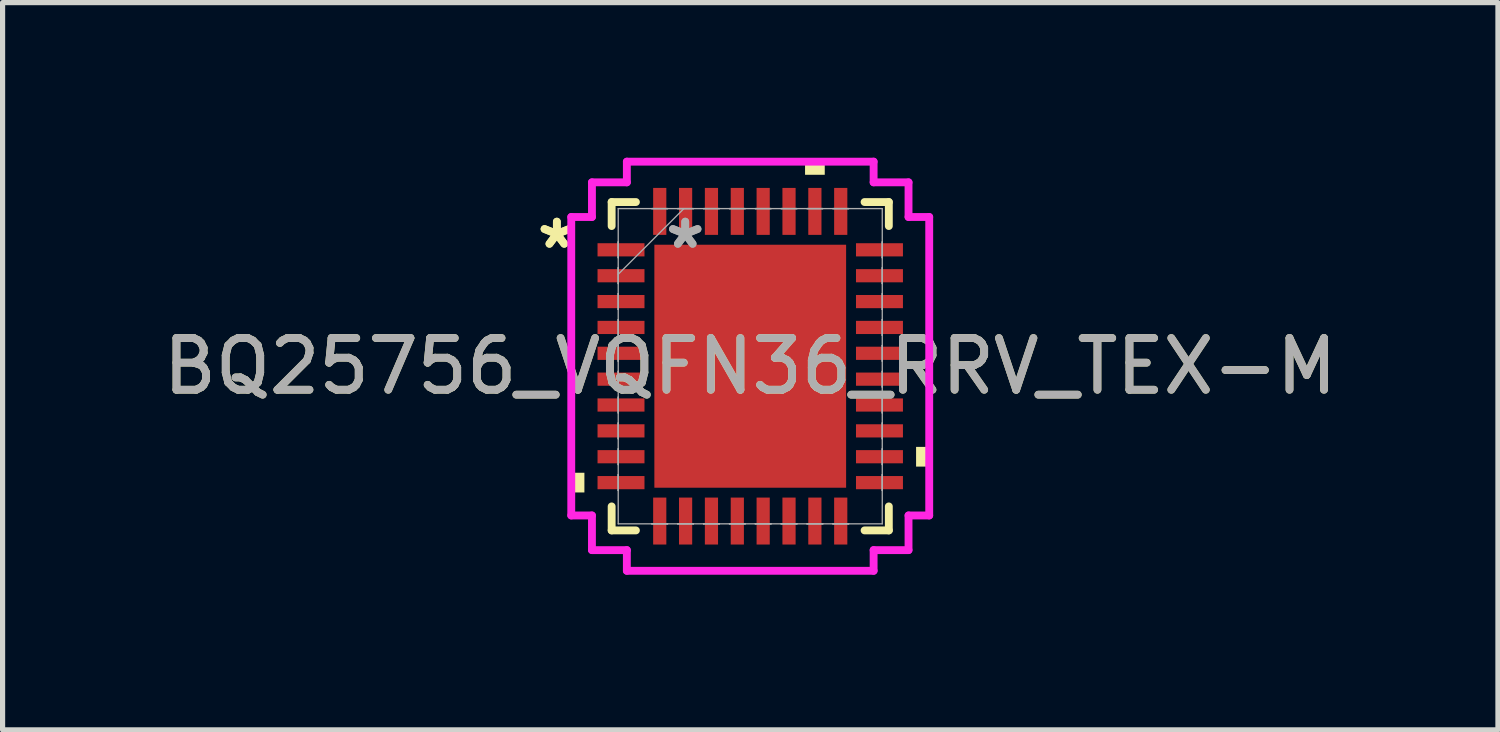
<source format=kicad_pcb>
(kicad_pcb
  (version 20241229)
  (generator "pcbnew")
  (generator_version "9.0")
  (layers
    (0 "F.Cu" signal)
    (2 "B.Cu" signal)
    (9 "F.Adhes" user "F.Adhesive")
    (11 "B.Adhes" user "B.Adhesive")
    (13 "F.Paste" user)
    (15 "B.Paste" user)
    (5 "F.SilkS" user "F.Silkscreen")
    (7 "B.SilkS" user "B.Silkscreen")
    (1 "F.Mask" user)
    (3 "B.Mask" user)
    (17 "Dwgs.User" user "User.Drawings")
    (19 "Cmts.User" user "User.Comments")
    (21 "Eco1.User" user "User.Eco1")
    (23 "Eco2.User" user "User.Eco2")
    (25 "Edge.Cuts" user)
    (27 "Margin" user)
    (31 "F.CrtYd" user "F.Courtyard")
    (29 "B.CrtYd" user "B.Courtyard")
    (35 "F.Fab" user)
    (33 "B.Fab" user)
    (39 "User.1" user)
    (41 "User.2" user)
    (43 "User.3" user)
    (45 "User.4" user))
  (footprint "BQ25756_VQFN36_RRV_TEX-M"
    (layer "F.Cu")
    (at 11.458 4.032)
    (property "Reference" "BQ25756_VQFN36_RRV_TEX-M" (at 0 0 0) (unlocked yes) (layer "F.SilkS") (effects (font (size 1 1) (thickness 0.15))))
    (attr smd)
    (fp_line (start -2.68 -3.175) (end -2.68 -2.711) (stroke (width 0.152) (type solid)) (layer "F.SilkS"))
    (fp_line (start -2.68 2.711) (end -2.68 3.175) (stroke (width 0.152) (type solid)) (layer "F.SilkS"))
    (fp_line (start -2.68 3.175) (end -2.211 3.175) (stroke (width 0.152) (type solid)) (layer "F.SilkS"))
    (fp_line (start -2.211 -3.175) (end -2.68 -3.175) (stroke (width 0.152) (type solid)) (layer "F.SilkS"))
    (fp_line (start 2.211 3.175) (end 2.68 3.175) (stroke (width 0.152) (type solid)) (layer "F.SilkS"))
    (fp_line (start 2.68 -3.175) (end 2.211 -3.175) (stroke (width 0.152) (type solid)) (layer "F.SilkS"))
    (fp_line (start 2.68 -2.711) (end 2.68 -3.175) (stroke (width 0.152) (type solid)) (layer "F.SilkS"))
    (fp_line (start 2.68 3.175) (end 2.68 2.711) (stroke (width 0.152) (type solid)) (layer "F.SilkS"))
    (fp_poly (pts (xy -3.461 2.06) (xy -3.461 2.441) (xy -3.207 2.441) (xy -3.207 2.06)) (stroke (width 0) (type solid)) (fill yes) (layer "F.SilkS"))
    (fp_poly (pts (xy 1.06 -3.702) (xy 1.06 -3.956) (xy 1.441 -3.956) (xy 1.441 -3.702)) (stroke (width 0) (type solid)) (fill yes) (layer "F.SilkS"))
    (fp_poly (pts (xy 3.461 1.56) (xy 3.461 1.941) (xy 3.207 1.941) (xy 3.207 1.56)) (stroke (width 0) (type solid)) (fill yes) (layer "F.SilkS"))
    (fp_line (start -3.461 -2.886) (end -3.061 -2.886) (stroke (width 0.152) (type solid)) (layer "F.CrtYd"))
    (fp_line (start -3.461 2.886) (end -3.461 -2.886) (stroke (width 0.152) (type solid)) (layer "F.CrtYd"))
    (fp_line (start -3.061 -3.556) (end -2.386 -3.556) (stroke (width 0.152) (type solid)) (layer "F.CrtYd"))
    (fp_line (start -3.061 -2.886) (end -3.061 -3.556) (stroke (width 0.152) (type solid)) (layer "F.CrtYd"))
    (fp_line (start -3.061 2.886) (end -3.461 2.886) (stroke (width 0.152) (type solid)) (layer "F.CrtYd"))
    (fp_line (start -3.061 3.556) (end -3.061 2.886) (stroke (width 0.152) (type solid)) (layer "F.CrtYd"))
    (fp_line (start -2.386 -3.956) (end 2.386 -3.956) (stroke (width 0.152) (type solid)) (layer "F.CrtYd"))
    (fp_line (start -2.386 -3.556) (end -2.386 -3.956) (stroke (width 0.152) (type solid)) (layer "F.CrtYd"))
    (fp_line (start -2.386 3.556) (end -3.061 3.556) (stroke (width 0.152) (type solid)) (layer "F.CrtYd"))
    (fp_line (start -2.386 3.956) (end -2.386 3.556) (stroke (width 0.152) (type solid)) (layer "F.CrtYd"))
    (fp_line (start 2.386 -3.956) (end 2.386 -3.556) (stroke (width 0.152) (type solid)) (layer "F.CrtYd"))
    (fp_line (start 2.386 -3.556) (end 3.061 -3.556) (stroke (width 0.152) (type solid)) (layer "F.CrtYd"))
    (fp_line (start 2.386 3.556) (end 2.386 3.956) (stroke (width 0.152) (type solid)) (layer "F.CrtYd"))
    (fp_line (start 2.386 3.956) (end -2.386 3.956) (stroke (width 0.152) (type solid)) (layer "F.CrtYd"))
    (fp_line (start 3.061 -3.556) (end 3.061 -2.886) (stroke (width 0.152) (type solid)) (layer "F.CrtYd"))
    (fp_line (start 3.061 -2.886) (end 3.461 -2.886) (stroke (width 0.152) (type solid)) (layer "F.CrtYd"))
    (fp_line (start 3.061 2.886) (end 3.061 3.556) (stroke (width 0.152) (type solid)) (layer "F.CrtYd"))
    (fp_line (start 3.061 3.556) (end 2.386 3.556) (stroke (width 0.152) (type solid)) (layer "F.CrtYd"))
    (fp_line (start 3.461 -2.886) (end 3.461 2.886) (stroke (width 0.152) (type solid)) (layer "F.CrtYd"))
    (fp_line (start 3.461 2.886) (end 3.061 2.886) (stroke (width 0.152) (type solid)) (layer "F.CrtYd"))
    (fp_line (start -2.553 -3.048) (end -2.553 3.048) (stroke (width 0.025) (type solid)) (layer "F.Fab"))
    (fp_line (start -2.553 -2.403) (end -2.553 -2.403) (stroke (width 0.025) (type solid)) (layer "F.Fab"))
    (fp_line (start -2.553 -2.403) (end -2.553 -2.098) (stroke (width 0.025) (type solid)) (layer "F.Fab"))
    (fp_line (start -2.553 -2.098) (end -2.553 -2.403) (stroke (width 0.025) (type solid)) (layer "F.Fab"))
    (fp_line (start -2.553 -2.098) (end -2.553 -2.098) (stroke (width 0.025) (type solid)) (layer "F.Fab"))
    (fp_line (start -2.553 -1.903) (end -2.553 -1.903) (stroke (width 0.025) (type solid)) (layer "F.Fab"))
    (fp_line (start -2.553 -1.903) (end -2.553 -1.598) (stroke (width 0.025) (type solid)) (layer "F.Fab"))
    (fp_line (start -2.553 -1.778) (end -1.283 -3.048) (stroke (width 0.025) (type solid)) (layer "F.Fab"))
    (fp_line (start -2.553 -1.598) (end -2.553 -1.903) (stroke (width 0.025) (type solid)) (layer "F.Fab"))
    (fp_line (start -2.553 -1.598) (end -2.553 -1.598) (stroke (width 0.025) (type solid)) (layer "F.Fab"))
    (fp_line (start -2.553 -1.403) (end -2.553 -1.403) (stroke (width 0.025) (type solid)) (layer "F.Fab"))
    (fp_line (start -2.553 -1.403) (end -2.553 -1.098) (stroke (width 0.025) (type solid)) (layer "F.Fab"))
    (fp_line (start -2.553 -1.098) (end -2.553 -1.403) (stroke (width 0.025) (type solid)) (layer "F.Fab"))
    (fp_line (start -2.553 -1.098) (end -2.553 -1.098) (stroke (width 0.025) (type solid)) (layer "F.Fab"))
    (fp_line (start -2.553 -0.903) (end -2.553 -0.903) (stroke (width 0.025) (type solid)) (layer "F.Fab"))
    (fp_line (start -2.553 -0.903) (end -2.553 -0.598) (stroke (width 0.025) (type solid)) (layer "F.Fab"))
    (fp_line (start -2.553 -0.598) (end -2.553 -0.903) (stroke (width 0.025) (type solid)) (layer "F.Fab"))
    (fp_line (start -2.553 -0.598) (end -2.553 -0.598) (stroke (width 0.025) (type solid)) (layer "F.Fab"))
    (fp_line (start -2.553 -0.402) (end -2.553 -0.402) (stroke (width 0.025) (type solid)) (layer "F.Fab"))
    (fp_line (start -2.553 -0.402) (end -2.553 -0.098) (stroke (width 0.025) (type solid)) (layer "F.Fab"))
    (fp_line (start -2.553 -0.098) (end -2.553 -0.402) (stroke (width 0.025) (type solid)) (layer "F.Fab"))
    (fp_line (start -2.553 -0.098) (end -2.553 -0.098) (stroke (width 0.025) (type solid)) (layer "F.Fab"))
    (fp_line (start -2.553 0.098) (end -2.553 0.098) (stroke (width 0.025) (type solid)) (layer "F.Fab"))
    (fp_line (start -2.553 0.098) (end -2.553 0.402) (stroke (width 0.025) (type solid)) (layer "F.Fab"))
    (fp_line (start -2.553 0.402) (end -2.553 0.098) (stroke (width 0.025) (type solid)) (layer "F.Fab"))
    (fp_line (start -2.553 0.402) (end -2.553 0.402) (stroke (width 0.025) (type solid)) (layer "F.Fab"))
    (fp_line (start -2.553 0.598) (end -2.553 0.598) (stroke (width 0.025) (type solid)) (layer "F.Fab"))
    (fp_line (start -2.553 0.598) (end -2.553 0.903) (stroke (width 0.025) (type solid)) (layer "F.Fab"))
    (fp_line (start -2.553 0.903) (end -2.553 0.598) (stroke (width 0.025) (type solid)) (layer "F.Fab"))
    (fp_line (start -2.553 0.903) (end -2.553 0.903) (stroke (width 0.025) (type solid)) (layer "F.Fab"))
    (fp_line (start -2.553 1.098) (end -2.553 1.098) (stroke (width 0.025) (type solid)) (layer "F.Fab"))
    (fp_line (start -2.553 1.098) (end -2.553 1.403) (stroke (width 0.025) (type solid)) (layer "F.Fab"))
    (fp_line (start -2.553 1.403) (end -2.553 1.098) (stroke (width 0.025) (type solid)) (layer "F.Fab"))
    (fp_line (start -2.553 1.403) (end -2.553 1.403) (stroke (width 0.025) (type solid)) (layer "F.Fab"))
    (fp_line (start -2.553 1.598) (end -2.553 1.598) (stroke (width 0.025) (type solid)) (layer "F.Fab"))
    (fp_line (start -2.553 1.598) (end -2.553 1.903) (stroke (width 0.025) (type solid)) (layer "F.Fab"))
    (fp_line (start -2.553 1.903) (end -2.553 1.598) (stroke (width 0.025) (type solid)) (layer "F.Fab"))
    (fp_line (start -2.553 1.903) (end -2.553 1.903) (stroke (width 0.025) (type solid)) (layer "F.Fab"))
    (fp_line (start -2.553 2.098) (end -2.553 2.098) (stroke (width 0.025) (type solid)) (layer "F.Fab"))
    (fp_line (start -2.553 2.098) (end -2.553 2.403) (stroke (width 0.025) (type solid)) (layer "F.Fab"))
    (fp_line (start -2.553 2.403) (end -2.553 2.098) (stroke (width 0.025) (type solid)) (layer "F.Fab"))
    (fp_line (start -2.553 2.403) (end -2.553 2.403) (stroke (width 0.025) (type solid)) (layer "F.Fab"))
    (fp_line (start -2.553 3.048) (end 2.553 3.048) (stroke (width 0.025) (type solid)) (layer "F.Fab"))
    (fp_line (start -1.903 -3.048) (end -1.903 -3.048) (stroke (width 0.025) (type solid)) (layer "F.Fab"))
    (fp_line (start -1.903 -3.048) (end -1.598 -3.048) (stroke (width 0.025) (type solid)) (layer "F.Fab"))
    (fp_line (start -1.903 3.048) (end -1.903 3.048) (stroke (width 0.025) (type solid)) (layer "F.Fab"))
    (fp_line (start -1.903 3.048) (end -1.598 3.048) (stroke (width 0.025) (type solid)) (layer "F.Fab"))
    (fp_line (start -1.598 -3.048) (end -1.903 -3.048) (stroke (width 0.025) (type solid)) (layer "F.Fab"))
    (fp_line (start -1.598 -3.048) (end -1.598 -3.048) (stroke (width 0.025) (type solid)) (layer "F.Fab"))
    (fp_line (start -1.598 3.048) (end -1.903 3.048) (stroke (width 0.025) (type solid)) (layer "F.Fab"))
    (fp_line (start -1.598 3.048) (end -1.598 3.048) (stroke (width 0.025) (type solid)) (layer "F.Fab"))
    (fp_line (start -1.403 -3.048) (end -1.403 -3.048) (stroke (width 0.025) (type solid)) (layer "F.Fab"))
    (fp_line (start -1.403 -3.048) (end -1.098 -3.048) (stroke (width 0.025) (type solid)) (layer "F.Fab"))
    (fp_line (start -1.403 3.048) (end -1.403 3.048) (stroke (width 0.025) (type solid)) (layer "F.Fab"))
    (fp_line (start -1.403 3.048) (end -1.098 3.048) (stroke (width 0.025) (type solid)) (layer "F.Fab"))
    (fp_line (start -1.098 -3.048) (end -1.403 -3.048) (stroke (width 0.025) (type solid)) (layer "F.Fab"))
    (fp_line (start -1.098 -3.048) (end -1.098 -3.048) (stroke (width 0.025) (type solid)) (layer "F.Fab"))
    (fp_line (start -1.098 3.048) (end -1.403 3.048) (stroke (width 0.025) (type solid)) (layer "F.Fab"))
    (fp_line (start -1.098 3.048) (end -1.098 3.048) (stroke (width 0.025) (type solid)) (layer "F.Fab"))
    (fp_line (start -0.903 -3.048) (end -0.903 -3.048) (stroke (width 0.025) (type solid)) (layer "F.Fab"))
    (fp_line (start -0.903 -3.048) (end -0.598 -3.048) (stroke (width 0.025) (type solid)) (layer "F.Fab"))
    (fp_line (start -0.903 3.048) (end -0.903 3.048) (stroke (width 0.025) (type solid)) (layer "F.Fab"))
    (fp_line (start -0.903 3.048) (end -0.598 3.048) (stroke (width 0.025) (type solid)) (layer "F.Fab"))
    (fp_line (start -0.598 -3.048) (end -0.903 -3.048) (stroke (width 0.025) (type solid)) (layer "F.Fab"))
    (fp_line (start -0.598 -3.048) (end -0.598 -3.048) (stroke (width 0.025) (type solid)) (layer "F.Fab"))
    (fp_line (start -0.598 3.048) (end -0.903 3.048) (stroke (width 0.025) (type solid)) (layer "F.Fab"))
    (fp_line (start -0.598 3.048) (end -0.598 3.048) (stroke (width 0.025) (type solid)) (layer "F.Fab"))
    (fp_line (start -0.402 -3.048) (end -0.402 -3.048) (stroke (width 0.025) (type solid)) (layer "F.Fab"))
    (fp_line (start -0.402 -3.048) (end -0.098 -3.048) (stroke (width 0.025) (type solid)) (layer "F.Fab"))
    (fp_line (start -0.402 3.048) (end -0.402 3.048) (stroke (width 0.025) (type solid)) (layer "F.Fab"))
    (fp_line (start -0.402 3.048) (end -0.098 3.048) (stroke (width 0.025) (type solid)) (layer "F.Fab"))
    (fp_line (start -0.098 -3.048) (end -0.402 -3.048) (stroke (width 0.025) (type solid)) (layer "F.Fab"))
    (fp_line (start -0.098 -3.048) (end -0.098 -3.048) (stroke (width 0.025) (type solid)) (layer "F.Fab"))
    (fp_line (start -0.098 3.048) (end -0.402 3.048) (stroke (width 0.025) (type solid)) (layer "F.Fab"))
    (fp_line (start -0.098 3.048) (end -0.098 3.048) (stroke (width 0.025) (type solid)) (layer "F.Fab"))
    (fp_line (start 0.098 -3.048) (end 0.098 -3.048) (stroke (width 0.025) (type solid)) (layer "F.Fab"))
    (fp_line (start 0.098 -3.048) (end 0.402 -3.048) (stroke (width 0.025) (type solid)) (layer "F.Fab"))
    (fp_line (start 0.098 3.048) (end 0.098 3.048) (stroke (width 0.025) (type solid)) (layer "F.Fab"))
    (fp_line (start 0.098 3.048) (end 0.402 3.048) (stroke (width 0.025) (type solid)) (layer "F.Fab"))
    (fp_line (start 0.402 -3.048) (end 0.098 -3.048) (stroke (width 0.025) (type solid)) (layer "F.Fab"))
    (fp_line (start 0.402 -3.048) (end 0.402 -3.048) (stroke (width 0.025) (type solid)) (layer "F.Fab"))
    (fp_line (start 0.402 3.048) (end 0.098 3.048) (stroke (width 0.025) (type solid)) (layer "F.Fab"))
    (fp_line (start 0.402 3.048) (end 0.402 3.048) (stroke (width 0.025) (type solid)) (layer "F.Fab"))
    (fp_line (start 0.598 -3.048) (end 0.598 -3.048) (stroke (width 0.025) (type solid)) (layer "F.Fab"))
    (fp_line (start 0.598 -3.048) (end 0.903 -3.048) (stroke (width 0.025) (type solid)) (layer "F.Fab"))
    (fp_line (start 0.598 3.048) (end 0.598 3.048) (stroke (width 0.025) (type solid)) (layer "F.Fab"))
    (fp_line (start 0.598 3.048) (end 0.903 3.048) (stroke (width 0.025) (type solid)) (layer "F.Fab"))
    (fp_line (start 0.903 -3.048) (end 0.598 -3.048) (stroke (width 0.025) (type solid)) (layer "F.Fab"))
    (fp_line (start 0.903 -3.048) (end 0.903 -3.048) (stroke (width 0.025) (type solid)) (layer "F.Fab"))
    (fp_line (start 0.903 3.048) (end 0.598 3.048) (stroke (width 0.025) (type solid)) (layer "F.Fab"))
    (fp_line (start 0.903 3.048) (end 0.903 3.048) (stroke (width 0.025) (type solid)) (layer "F.Fab"))
    (fp_line (start 1.098 -3.048) (end 1.098 -3.048) (stroke (width 0.025) (type solid)) (layer "F.Fab"))
    (fp_line (start 1.098 -3.048) (end 1.403 -3.048) (stroke (width 0.025) (type solid)) (layer "F.Fab"))
    (fp_line (start 1.098 3.048) (end 1.098 3.048) (stroke (width 0.025) (type solid)) (layer "F.Fab"))
    (fp_line (start 1.098 3.048) (end 1.403 3.048) (stroke (width 0.025) (type solid)) (layer "F.Fab"))
    (fp_line (start 1.403 -3.048) (end 1.098 -3.048) (stroke (width 0.025) (type solid)) (layer "F.Fab"))
    (fp_line (start 1.403 -3.048) (end 1.403 -3.048) (stroke (width 0.025) (type solid)) (layer "F.Fab"))
    (fp_line (start 1.403 3.048) (end 1.098 3.048) (stroke (width 0.025) (type solid)) (layer "F.Fab"))
    (fp_line (start 1.403 3.048) (end 1.403 3.048) (stroke (width 0.025) (type solid)) (layer "F.Fab"))
    (fp_line (start 1.598 -3.048) (end 1.598 -3.048) (stroke (width 0.025) (type solid)) (layer "F.Fab"))
    (fp_line (start 1.598 -3.048) (end 1.903 -3.048) (stroke (width 0.025) (type solid)) (layer "F.Fab"))
    (fp_line (start 1.598 3.048) (end 1.598 3.048) (stroke (width 0.025) (type solid)) (layer "F.Fab"))
    (fp_line (start 1.598 3.048) (end 1.903 3.048) (stroke (width 0.025) (type solid)) (layer "F.Fab"))
    (fp_line (start 1.903 -3.048) (end 1.598 -3.048) (stroke (width 0.025) (type solid)) (layer "F.Fab"))
    (fp_line (start 1.903 -3.048) (end 1.903 -3.048) (stroke (width 0.025) (type solid)) (layer "F.Fab"))
    (fp_line (start 1.903 3.048) (end 1.598 3.048) (stroke (width 0.025) (type solid)) (layer "F.Fab"))
    (fp_line (start 1.903 3.048) (end 1.903 3.048) (stroke (width 0.025) (type solid)) (layer "F.Fab"))
    (fp_line (start 2.553 -3.048) (end -2.553 -3.048) (stroke (width 0.025) (type solid)) (layer "F.Fab"))
    (fp_line (start 2.553 -2.403) (end 2.553 -2.403) (stroke (width 0.025) (type solid)) (layer "F.Fab"))
    (fp_line (start 2.553 -2.403) (end 2.553 -2.098) (stroke (width 0.025) (type solid)) (layer "F.Fab"))
    (fp_line (start 2.553 -2.098) (end 2.553 -2.403) (stroke (width 0.025) (type solid)) (layer "F.Fab"))
    (fp_line (start 2.553 -2.098) (end 2.553 -2.098) (stroke (width 0.025) (type solid)) (layer "F.Fab"))
    (fp_line (start 2.553 -1.903) (end 2.553 -1.903) (stroke (width 0.025) (type solid)) (layer "F.Fab"))
    (fp_line (start 2.553 -1.903) (end 2.553 -1.598) (stroke (width 0.025) (type solid)) (layer "F.Fab"))
    (fp_line (start 2.553 -1.598) (end 2.553 -1.903) (stroke (width 0.025) (type solid)) (layer "F.Fab"))
    (fp_line (start 2.553 -1.598) (end 2.553 -1.598) (stroke (width 0.025) (type solid)) (layer "F.Fab"))
    (fp_line (start 2.553 -1.403) (end 2.553 -1.403) (stroke (width 0.025) (type solid)) (layer "F.Fab"))
    (fp_line (start 2.553 -1.403) (end 2.553 -1.098) (stroke (width 0.025) (type solid)) (layer "F.Fab"))
    (fp_line (start 2.553 -1.098) (end 2.553 -1.403) (stroke (width 0.025) (type solid)) (layer "F.Fab"))
    (fp_line (start 2.553 -1.098) (end 2.553 -1.098) (stroke (width 0.025) (type solid)) (layer "F.Fab"))
    (fp_line (start 2.553 -0.903) (end 2.553 -0.903) (stroke (width 0.025) (type solid)) (layer "F.Fab"))
    (fp_line (start 2.553 -0.903) (end 2.553 -0.598) (stroke (width 0.025) (type solid)) (layer "F.Fab"))
    (fp_line (start 2.553 -0.598) (end 2.553 -0.903) (stroke (width 0.025) (type solid)) (layer "F.Fab"))
    (fp_line (start 2.553 -0.598) (end 2.553 -0.598) (stroke (width 0.025) (type solid)) (layer "F.Fab"))
    (fp_line (start 2.553 -0.402) (end 2.553 -0.402) (stroke (width 0.025) (type solid)) (layer "F.Fab"))
    (fp_line (start 2.553 -0.402) (end 2.553 -0.098) (stroke (width 0.025) (type solid)) (layer "F.Fab"))
    (fp_line (start 2.553 -0.098) (end 2.553 -0.402) (stroke (width 0.025) (type solid)) (layer "F.Fab"))
    (fp_line (start 2.553 -0.098) (end 2.553 -0.098) (stroke (width 0.025) (type solid)) (layer "F.Fab"))
    (fp_line (start 2.553 0.098) (end 2.553 0.098) (stroke (width 0.025) (type solid)) (layer "F.Fab"))
    (fp_line (start 2.553 0.098) (end 2.553 0.402) (stroke (width 0.025) (type solid)) (layer "F.Fab"))
    (fp_line (start 2.553 0.402) (end 2.553 0.098) (stroke (width 0.025) (type solid)) (layer "F.Fab"))
    (fp_line (start 2.553 0.402) (end 2.553 0.402) (stroke (width 0.025) (type solid)) (layer "F.Fab"))
    (fp_line (start 2.553 0.598) (end 2.553 0.598) (stroke (width 0.025) (type solid)) (layer "F.Fab"))
    (fp_line (start 2.553 0.598) (end 2.553 0.903) (stroke (width 0.025) (type solid)) (layer "F.Fab"))
    (fp_line (start 2.553 0.903) (end 2.553 0.598) (stroke (width 0.025) (type solid)) (layer "F.Fab"))
    (fp_line (start 2.553 0.903) (end 2.553 0.903) (stroke (width 0.025) (type solid)) (layer "F.Fab"))
    (fp_line (start 2.553 1.098) (end 2.553 1.098) (stroke (width 0.025) (type solid)) (layer "F.Fab"))
    (fp_line (start 2.553 1.098) (end 2.553 1.403) (stroke (width 0.025) (type solid)) (layer "F.Fab"))
    (fp_line (start 2.553 1.403) (end 2.553 1.098) (stroke (width 0.025) (type solid)) (layer "F.Fab"))
    (fp_line (start 2.553 1.403) (end 2.553 1.403) (stroke (width 0.025) (type solid)) (layer "F.Fab"))
    (fp_line (start 2.553 1.598) (end 2.553 1.598) (stroke (width 0.025) (type solid)) (layer "F.Fab"))
    (fp_line (start 2.553 1.598) (end 2.553 1.903) (stroke (width 0.025) (type solid)) (layer "F.Fab"))
    (fp_line (start 2.553 1.903) (end 2.553 1.598) (stroke (width 0.025) (type solid)) (layer "F.Fab"))
    (fp_line (start 2.553 1.903) (end 2.553 1.903) (stroke (width 0.025) (type solid)) (layer "F.Fab"))
    (fp_line (start 2.553 2.098) (end 2.553 2.098) (stroke (width 0.025) (type solid)) (layer "F.Fab"))
    (fp_line (start 2.553 2.098) (end 2.553 2.403) (stroke (width 0.025) (type solid)) (layer "F.Fab"))
    (fp_line (start 2.553 2.403) (end 2.553 2.098) (stroke (width 0.025) (type solid)) (layer "F.Fab"))
    (fp_line (start 2.553 2.403) (end 2.553 2.403) (stroke (width 0.025) (type solid)) (layer "F.Fab"))
    (fp_line (start 2.553 3.048) (end 2.553 -3.048) (stroke (width 0.025) (type solid)) (layer "F.Fab"))
    (fp_text user "*" (at -3.74 -2.251 0) (layer "F.SilkS") (effects (font (size 1 1) (thickness 0.15))))
    (fp_text user "*" (at -3.74 -2.251 0) (unlocked yes) (layer "F.SilkS") (effects (font (size 1 1) (thickness 0.15))))
    (fp_text user "${REFERENCE}" (at 0 0 0) (unlocked yes) (layer "F.Fab") (effects (font (size 1 1) (thickness 0.15))))
    (fp_text user "*" (at -1.257 -2.251 0) (layer "F.Fab") (effects (font (size 1 1) (thickness 0.15))))
    (fp_text user "*" (at -1.257 -2.251 0) (unlocked yes) (layer "F.Fab") (effects (font (size 1 1) (thickness 0.15))))
    (pad "1" smd rect (at -2.499 -2.251 90) (size 0.255 0.908) (layers "F.Cu" "F.Mask" "F.Paste"))
    (pad "2" smd rect (at -2.499 -1.75 90) (size 0.255 0.908) (layers "F.Cu" "F.Mask" "F.Paste"))
    (pad "3" smd rect (at -2.499 -1.25 90) (size 0.255 0.908) (layers "F.Cu" "F.Mask" "F.Paste"))
    (pad "4" smd rect (at -2.499 -0.75 90) (size 0.255 0.908) (layers "F.Cu" "F.Mask" "F.Paste"))
    (pad "5" smd rect (at -2.499 -0.25 90) (size 0.255 0.908) (layers "F.Cu" "F.Mask" "F.Paste"))
    (pad "6" smd rect (at -2.499 0.25 90) (size 0.255 0.908) (layers "F.Cu" "F.Mask" "F.Paste"))
    (pad "7" smd rect (at -2.499 0.75 90) (size 0.255 0.908) (layers "F.Cu" "F.Mask" "F.Paste"))
    (pad "8" smd rect (at -2.499 1.25 90) (size 0.255 0.908) (layers "F.Cu" "F.Mask" "F.Paste"))
    (pad "9" smd rect (at -2.499 1.75 90) (size 0.255 0.908) (layers "F.Cu" "F.Mask" "F.Paste"))
    (pad "10" smd rect (at -2.499 2.251 90) (size 0.255 0.908) (layers "F.Cu" "F.Mask" "F.Paste"))
    (pad "11" smd rect (at -1.75 2.994) (size 0.255 0.908) (layers "F.Cu" "F.Mask" "F.Paste"))
    (pad "12" smd rect (at -1.25 2.994) (size 0.255 0.908) (layers "F.Cu" "F.Mask" "F.Paste"))
    (pad "13" smd rect (at -0.75 2.994) (size 0.255 0.908) (layers "F.Cu" "F.Mask" "F.Paste"))
    (pad "14" smd rect (at -0.25 2.994) (size 0.255 0.908) (layers "F.Cu" "F.Mask" "F.Paste"))
    (pad "15" smd rect (at 0.25 2.994) (size 0.255 0.908) (layers "F.Cu" "F.Mask" "F.Paste"))
    (pad "16" smd rect (at 0.75 2.994) (size 0.255 0.908) (layers "F.Cu" "F.Mask" "F.Paste"))
    (pad "17" smd rect (at 1.25 2.994) (size 0.255 0.908) (layers "F.Cu" "F.Mask" "F.Paste"))
    (pad "18" smd rect (at 1.75 2.994) (size 0.255 0.908) (layers "F.Cu" "F.Mask" "F.Paste"))
    (pad "19" smd rect (at 2.499 2.251 90) (size 0.255 0.908) (layers "F.Cu" "F.Mask" "F.Paste"))
    (pad "20" smd rect (at 2.499 1.75 90) (size 0.255 0.908) (layers "F.Cu" "F.Mask" "F.Paste"))
    (pad "21" smd rect (at 2.499 1.25 90) (size 0.255 0.908) (layers "F.Cu" "F.Mask" "F.Paste"))
    (pad "22" smd rect (at 2.499 0.75 90) (size 0.255 0.908) (layers "F.Cu" "F.Mask" "F.Paste"))
    (pad "23" smd rect (at 2.499 0.25 90) (size 0.255 0.908) (layers "F.Cu" "F.Mask" "F.Paste"))
    (pad "24" smd rect (at 2.499 -0.25 90) (size 0.255 0.908) (layers "F.Cu" "F.Mask" "F.Paste"))
    (pad "25" smd rect (at 2.499 -0.75 90) (size 0.255 0.908) (layers "F.Cu" "F.Mask" "F.Paste"))
    (pad "26" smd rect (at 2.499 -1.25 90) (size 0.255 0.908) (layers "F.Cu" "F.Mask" "F.Paste"))
    (pad "27" smd rect (at 2.499 -1.75 90) (size 0.255 0.908) (layers "F.Cu" "F.Mask" "F.Paste"))
    (pad "28" smd rect (at 2.499 -2.251 90) (size 0.255 0.908) (layers "F.Cu" "F.Mask" "F.Paste"))
    (pad "29" smd rect (at 1.75 -2.994) (size 0.255 0.908) (layers "F.Cu" "F.Mask" "F.Paste"))
    (pad "30" smd rect (at 1.25 -2.994) (size 0.255 0.908) (layers "F.Cu" "F.Mask" "F.Paste"))
    (pad "31" smd rect (at 0.75 -2.994) (size 0.255 0.908) (layers "F.Cu" "F.Mask" "F.Paste"))
    (pad "32" smd rect (at 0.25 -2.994) (size 0.255 0.908) (layers "F.Cu" "F.Mask" "F.Paste"))
    (pad "33" smd rect (at -0.25 -2.994) (size 0.255 0.908) (layers "F.Cu" "F.Mask" "F.Paste"))
    (pad "34" smd rect (at -0.75 -2.994) (size 0.255 0.908) (layers "F.Cu" "F.Mask" "F.Paste"))
    (pad "35" smd rect (at -1.25 -2.994) (size 0.255 0.908) (layers "F.Cu" "F.Mask" "F.Paste"))
    (pad "36" smd rect (at -1.75 -2.994) (size 0.255 0.908) (layers "F.Cu" "F.Mask" "F.Paste"))
    (pad "37" smd rect (at 0 0) (size 3.708 4.699) (layers "F.Cu" "F.Mask" "F.Paste")))
  (gr_rect
    (start -3 -3)
    (end 25.917 11.064)
    (stroke (width 0.1) (type default))
    (fill no)
    (layer "Edge.Cuts")))
</source>
